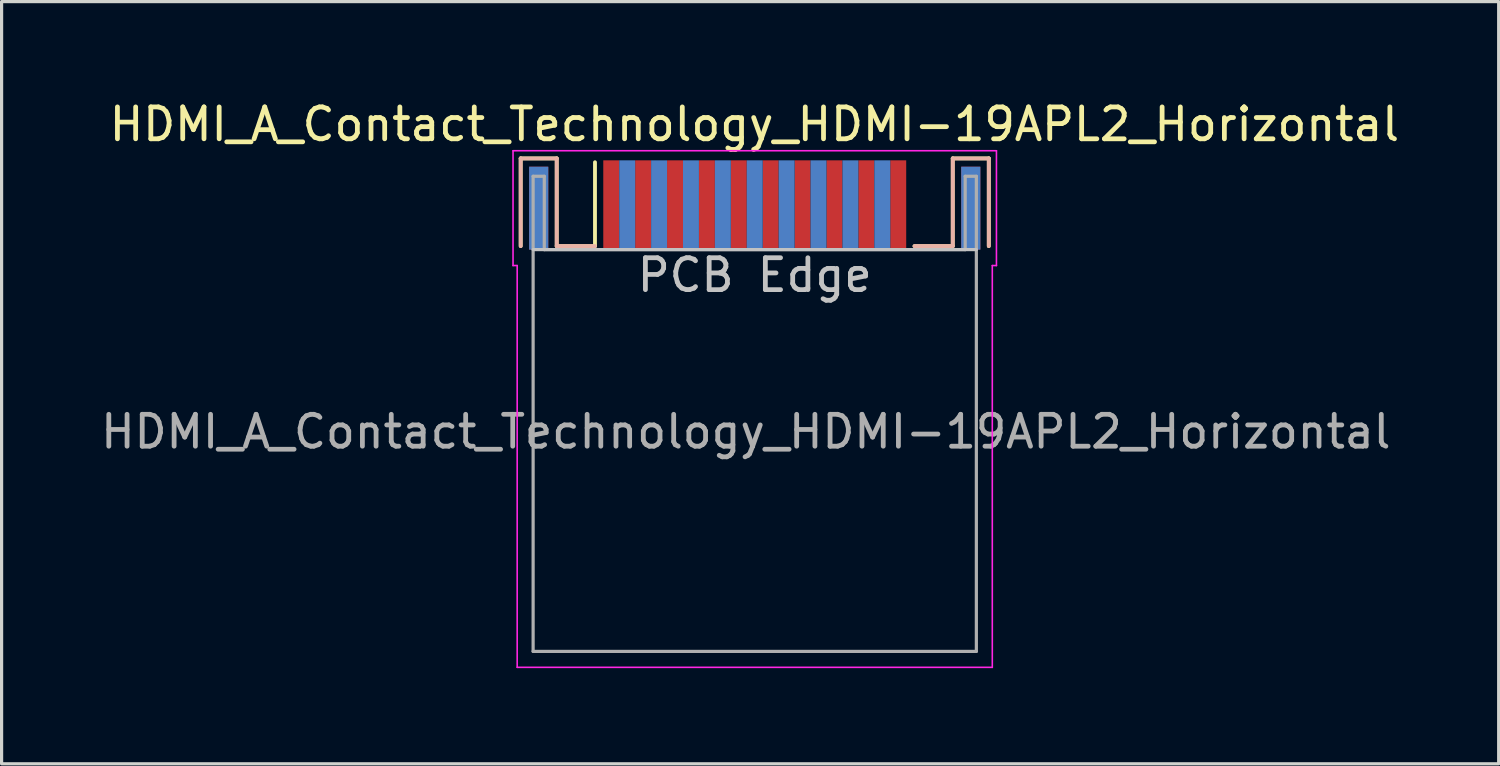
<source format=kicad_pcb>
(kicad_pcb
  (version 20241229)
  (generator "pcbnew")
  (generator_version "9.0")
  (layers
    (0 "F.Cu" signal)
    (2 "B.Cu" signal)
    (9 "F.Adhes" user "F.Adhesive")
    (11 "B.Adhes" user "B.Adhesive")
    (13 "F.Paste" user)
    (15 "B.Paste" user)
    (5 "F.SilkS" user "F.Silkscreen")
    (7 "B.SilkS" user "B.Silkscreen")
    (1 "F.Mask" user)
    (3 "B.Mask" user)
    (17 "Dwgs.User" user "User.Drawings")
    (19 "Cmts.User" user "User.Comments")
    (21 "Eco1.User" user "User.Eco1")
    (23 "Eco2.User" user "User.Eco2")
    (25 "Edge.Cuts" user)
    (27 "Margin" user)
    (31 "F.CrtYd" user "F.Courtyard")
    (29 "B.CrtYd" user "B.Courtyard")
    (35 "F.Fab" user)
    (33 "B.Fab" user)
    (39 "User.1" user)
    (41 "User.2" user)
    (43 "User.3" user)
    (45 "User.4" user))
  (footprint "HDMI_A_Contact_Technology_HDMI-19APL2_Horizontal"
    (layer "F.Cu")
    (at 20.619 3.378)
    (property "Reference" "HDMI_A_Contact_Technology_HDMI-19APL2_Horizontal" (at -0.01 -2.53 0) (layer "F.SilkS") (effects (font (size 1 1) (thickness 0.15))))
    (attr smd)
    (fp_line (start -7.34 -1.46) (end -6.21 -1.46) (stroke (width 0.12) (type solid)) (layer "F.SilkS"))
    (fp_line (start -7.34 1.29) (end -7.34 -1.46) (stroke (width 0.12) (type solid)) (layer "F.SilkS"))
    (fp_line (start -6.21 -1.46) (end -6.21 1.29) (stroke (width 0.12) (type solid)) (layer "F.SilkS"))
    (fp_line (start -6.21 1.29) (end -5.01 1.29) (stroke (width 0.12) (type solid)) (layer "F.SilkS"))
    (fp_line (start -5.01 1.29) (end -5.01 -1.34) (stroke (width 0.12) (type solid)) (layer "F.SilkS"))
    (fp_line (start 6.21 -1.46) (end 6.21 1.29) (stroke (width 0.12) (type solid)) (layer "F.SilkS"))
    (fp_line (start 6.21 1.29) (end 5.01 1.29) (stroke (width 0.12) (type solid)) (layer "F.SilkS"))
    (fp_line (start 7.34 -1.46) (end 6.21 -1.46) (stroke (width 0.12) (type solid)) (layer "F.SilkS"))
    (fp_line (start 7.34 1.29) (end 7.34 -1.46) (stroke (width 0.12) (type solid)) (layer "F.SilkS"))
    (fp_line (start -7.34 -1.46) (end -6.21 -1.46) (stroke (width 0.12) (type solid)) (layer "B.SilkS"))
    (fp_line (start -7.34 1.29) (end -7.34 -1.46) (stroke (width 0.12) (type solid)) (layer "B.SilkS"))
    (fp_line (start -6.21 -1.46) (end -6.21 1.29) (stroke (width 0.12) (type solid)) (layer "B.SilkS"))
    (fp_line (start -6.21 1.29) (end -5.01 1.29) (stroke (width 0.12) (type solid)) (layer "B.SilkS"))
    (fp_line (start 6.21 -1.46) (end 6.21 1.29) (stroke (width 0.12) (type solid)) (layer "B.SilkS"))
    (fp_line (start 6.21 1.29) (end 5.01 1.29) (stroke (width 0.12) (type solid)) (layer "B.SilkS"))
    (fp_line (start 7.34 -1.46) (end 6.21 -1.46) (stroke (width 0.12) (type solid)) (layer "B.SilkS"))
    (fp_line (start 7.34 1.29) (end 7.34 -1.46) (stroke (width 0.12) (type solid)) (layer "B.SilkS"))
    (fp_line (start -6.95 1.4) (end 6.95 1.4) (stroke (width 0.1) (type solid)) (layer "Dwgs.User"))
    (fp_line (start -7.58 1.9) (end -7.58 -1.7) (stroke (width 0.05) (type solid)) (layer "F.CrtYd"))
    (fp_line (start -7.45 1.9) (end -7.58 1.9) (stroke (width 0.05) (type solid)) (layer "F.CrtYd"))
    (fp_line (start -7.45 14.5) (end -7.45 1.9) (stroke (width 0.05) (type solid)) (layer "F.CrtYd"))
    (fp_line (start -7.45 14.5) (end 7.45 14.5) (stroke (width 0.05) (type solid)) (layer "F.CrtYd"))
    (fp_line (start 7.45 1.9) (end 7.58 1.9) (stroke (width 0.05) (type solid)) (layer "F.CrtYd"))
    (fp_line (start 7.45 14.5) (end 7.45 1.9) (stroke (width 0.05) (type solid)) (layer "F.CrtYd"))
    (fp_line (start 7.58 -1.7) (end -7.58 -1.7) (stroke (width 0.05) (type solid)) (layer "F.CrtYd"))
    (fp_line (start 7.58 1.9) (end 7.58 -1.7) (stroke (width 0.05) (type solid)) (layer "F.CrtYd"))
    (fp_line (start -6.95 -0.9) (end -6.95 14) (stroke (width 0.1) (type solid)) (layer "F.Fab"))
    (fp_line (start -6.95 -0.9) (end -6.6 -0.9) (stroke (width 0.1) (type solid)) (layer "F.Fab"))
    (fp_line (start -6.95 14) (end 6.95 14) (stroke (width 0.1) (type solid)) (layer "F.Fab"))
    (fp_line (start -6.6 -0.9) (end -6.6 1.4) (stroke (width 0.1) (type solid)) (layer "F.Fab"))
    (fp_line (start -6.6 1.4) (end 6.6 1.4) (stroke (width 0.1) (type solid)) (layer "F.Fab"))
    (fp_line (start 6.6 -0.9) (end 6.6 1.4) (stroke (width 0.1) (type solid)) (layer "F.Fab"))
    (fp_line (start 6.95 -0.9) (end 6.6 -0.9) (stroke (width 0.1) (type solid)) (layer "F.Fab"))
    (fp_line (start 6.95 -0.9) (end 6.95 14) (stroke (width 0.1) (type solid)) (layer "F.Fab"))
    (fp_text user "PCB Edge" (at 0 2.2 0) (layer "Dwgs.User") (effects (font (size 1 1) (thickness 0.15))))
    (fp_text user "${REFERENCE}" (at -0.28 7.11 0) (layer "F.Fab") (effects (font (size 1 1) (thickness 0.15))))
    (pad "1" smd rect (at -4.5 0) (size 0.5 2.8) (layers "F.Cu" "F.Mask" "F.Paste"))
    (pad "2" smd rect (at -4 0) (size 0.5 2.8) (layers "B.Cu" "B.Mask" "B.Paste"))
    (pad "3" smd rect (at -3.5 0) (size 0.5 2.8) (layers "F.Cu" "F.Mask" "F.Paste"))
    (pad "4" smd rect (at -3 0) (size 0.5 2.8) (layers "B.Cu" "B.Mask" "B.Paste"))
    (pad "5" smd rect (at -2.5 0) (size 0.5 2.8) (layers "F.Cu" "F.Mask" "F.Paste"))
    (pad "6" smd rect (at -2 0) (size 0.5 2.8) (layers "B.Cu" "B.Mask" "B.Paste"))
    (pad "7" smd rect (at -1.5 0) (size 0.5 2.8) (layers "F.Cu" "F.Mask" "F.Paste"))
    (pad "8" smd rect (at -1 0) (size 0.5 2.8) (layers "B.Cu" "B.Mask" "B.Paste"))
    (pad "9" smd rect (at -0.5 0) (size 0.5 2.8) (layers "F.Cu" "F.Mask" "F.Paste"))
    (pad "10" smd rect (at 0 0) (size 0.5 2.8) (layers "B.Cu" "B.Mask" "B.Paste"))
    (pad "11" smd rect (at 0.5 0) (size 0.5 2.8) (layers "F.Cu" "F.Mask" "F.Paste"))
    (pad "12" smd rect (at 1 0) (size 0.5 2.8) (layers "B.Cu" "B.Mask" "B.Paste"))
    (pad "13" smd rect (at 1.5 0) (size 0.5 2.8) (layers "F.Cu" "F.Mask" "F.Paste"))
    (pad "14" smd rect (at 2 0) (size 0.5 2.8) (layers "B.Cu" "B.Mask" "B.Paste"))
    (pad "15" smd rect (at 2.5 0) (size 0.5 2.8) (layers "F.Cu" "F.Mask" "F.Paste"))
    (pad "16" smd rect (at 3 0) (size 0.5 2.8) (layers "B.Cu" "B.Mask" "B.Paste"))
    (pad "17" smd rect (at 3.5 0) (size 0.5 2.8) (layers "F.Cu" "F.Mask" "F.Paste"))
    (pad "18" smd rect (at 4 0) (size 0.5 2.8) (layers "B.Cu" "B.Mask" "B.Paste"))
    (pad "19" smd rect (at 4.5 0) (size 0.5 2.8) (layers "F.Cu" "F.Mask" "F.Paste"))
    (pad "SH" smd rect (at -6.775 0.1) (size 0.6 2.6) (layers "F.Cu" "F.Mask" "F.Paste"))
    (pad "SH" smd rect (at -6.775 0.1) (size 0.6 2.6) (layers "B.Cu" "B.Mask" "B.Paste"))
    (pad "SH" smd rect (at 6.775 0.1) (size 0.6 2.6) (layers "F.Cu" "F.Mask" "F.Paste"))
    (pad "SH" smd rect (at 6.775 0.1) (size 0.6 2.6) (layers "B.Cu" "B.Mask" "B.Paste")))
  (gr_rect
    (start -3 -3)
    (end 43.949 20.903)
    (stroke (width 0.1) (type default))
    (fill no)
    (layer "Edge.Cuts")))
</source>
